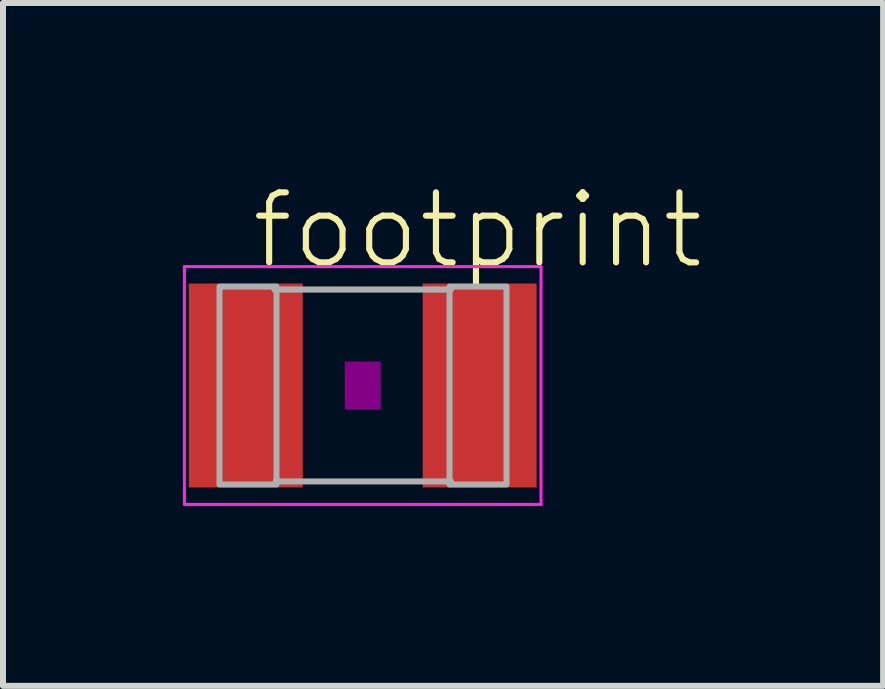
<source format=kicad_pcb>
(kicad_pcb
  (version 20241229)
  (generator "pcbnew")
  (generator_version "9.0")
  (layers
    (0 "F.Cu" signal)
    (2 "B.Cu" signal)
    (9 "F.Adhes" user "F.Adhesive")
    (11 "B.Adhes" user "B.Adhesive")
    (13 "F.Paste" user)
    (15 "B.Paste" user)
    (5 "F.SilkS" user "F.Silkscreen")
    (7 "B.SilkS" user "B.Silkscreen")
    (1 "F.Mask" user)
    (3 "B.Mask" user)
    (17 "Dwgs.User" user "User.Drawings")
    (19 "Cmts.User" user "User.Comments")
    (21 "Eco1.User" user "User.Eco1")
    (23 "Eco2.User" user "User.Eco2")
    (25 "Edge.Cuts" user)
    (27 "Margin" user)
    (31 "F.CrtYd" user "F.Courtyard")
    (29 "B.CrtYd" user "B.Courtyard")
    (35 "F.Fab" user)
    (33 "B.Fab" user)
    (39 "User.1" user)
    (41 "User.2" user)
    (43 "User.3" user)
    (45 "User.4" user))
  (footprint "footprint"
    (layer "F.Cu")
    (at 2.998 3.378)
    (property "Reference" "footprint" (at -1.905 -1.905 0) (layer "F.SilkS") (effects (font (size 1.168 1.168) (thickness 0.102)) (justify left bottom)))
    (fp_poly (pts (xy -0.3 0.4) (xy 0.3 0.4) (xy 0.3 -0.4) (xy -0.3 -0.4)) (stroke (width 0) (type solid)) (fill yes) (layer "F.Adhes"))
    (fp_line (start -2.973 -1.983) (end 2.973 -1.983) (stroke (width 0.051) (type solid)) (layer "F.CrtYd"))
    (fp_line (start -2.973 1.983) (end -2.973 -1.983) (stroke (width 0.051) (type solid)) (layer "F.CrtYd"))
    (fp_line (start 2.973 -1.983) (end 2.973 1.983) (stroke (width 0.051) (type solid)) (layer "F.CrtYd"))
    (fp_line (start 2.973 1.983) (end -2.973 1.983) (stroke (width 0.051) (type solid)) (layer "F.CrtYd"))
    (fp_line (start -1.473 -1.6) (end 1.473 -1.6) (stroke (width 0.102) (type solid)) (layer "F.Fab"))
    (fp_line (start -1.448 1.6) (end 1.473 1.6) (stroke (width 0.102) (type solid)) (layer "F.Fab"))
    (fp_poly (pts (xy -2.388 1.651) (xy -1.438 1.651) (xy -1.438 -1.649) (xy -2.388 -1.649)) (stroke (width 0.1) (type solid)) (fill no) (layer "F.Fab"))
    (fp_poly (pts (xy 1.448 1.651) (xy 2.398 1.651) (xy 2.398 -1.649) (xy 1.448 -1.649)) (stroke (width 0.1) (type solid)) (fill no) (layer "F.Fab"))
    (pad "1" smd rect (at -1.95 0) (size 1.9 3.4) (layers "F.Cu" "F.Mask" "F.Paste"))
    (pad "2" smd rect (at 1.95 0) (size 1.9 3.4) (layers "F.Cu" "F.Mask" "F.Paste")))
  (gr_rect
    (start -3 -3)
    (end 11.676 8.387)
    (stroke (width 0.1) (type default))
    (fill no)
    (layer "Edge.Cuts")))
</source>
